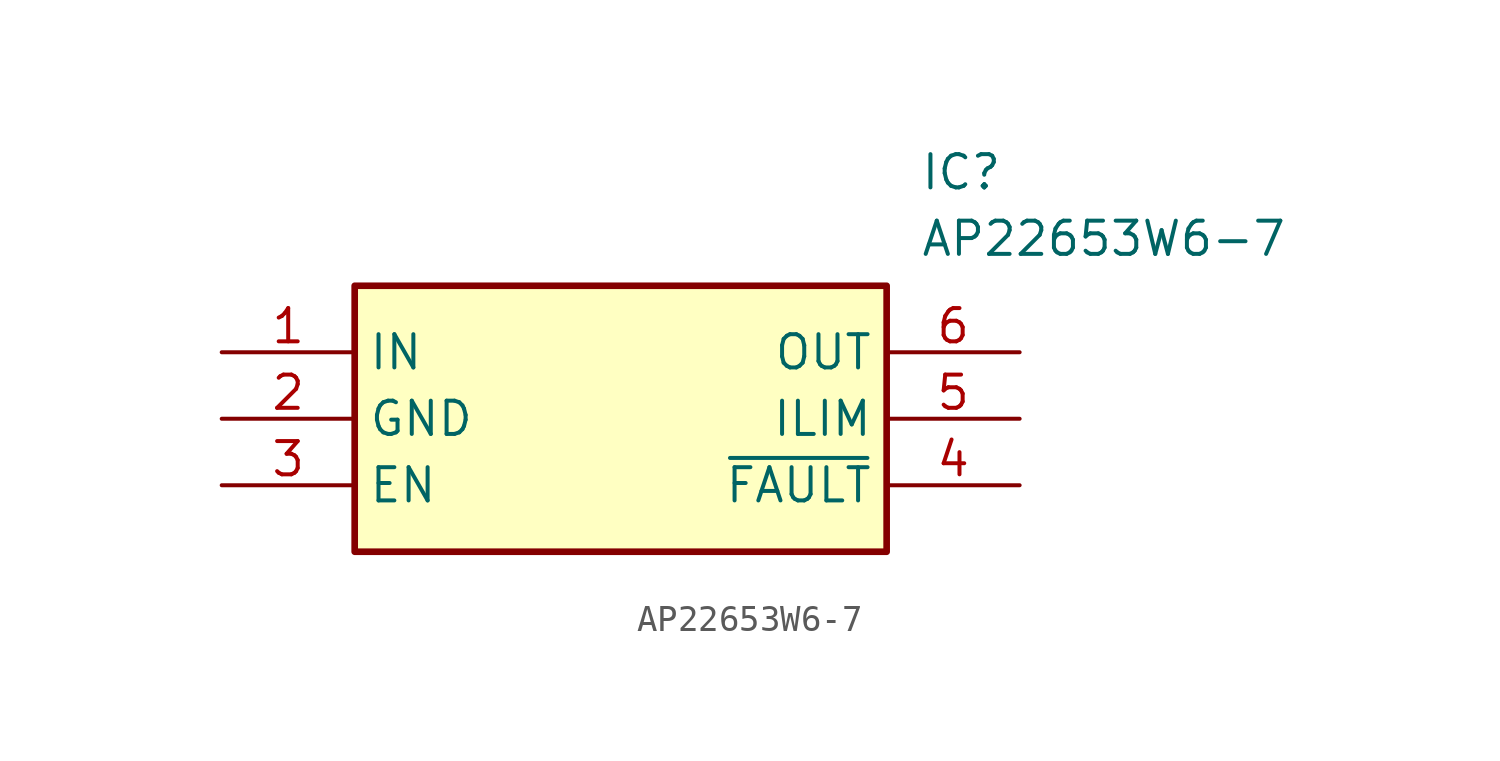
<source format=kicad_sym>
(kicad_symbol_lib
  (version 20211014)
  (generator SamacSys_ECAD_Model)
  (symbol "AP22653W6-7"
    (property "Reference" "IC"
      (at 26.67 7.62 0)
      (effects (font (size 1.27 1.27)) (justify left top)))
    (property "Value" "AP22653W6-7"
      (at 26.67 5.08 0)
      (effects (font (size 1.27 1.27)) (justify left top)))
    (rectangle
      (start 5.08 2.54)
      (end 25.4 -7.62)
      (stroke (width 0.254) (type default))
      (fill (type background)))
    (pin passive line
      (at 0 0 0)
      (length 5.08)
      (name "IN" (effects (font (size 1.27 1.27))))
      (number "1" (effects (font (size 1.27 1.27)))))
    (pin passive line
      (at 0 -2.54 0)
      (length 5.08)
      (name "GND" (effects (font (size 1.27 1.27))))
      (number "2" (effects (font (size 1.27 1.27)))))
    (pin passive line
      (at 0 -5.08 0)
      (length 5.08)
      (name "EN" (effects (font (size 1.27 1.27))))
      (number "3" (effects (font (size 1.27 1.27)))))
    (pin passive line
      (at 30.48 0 180)
      (length 5.08)
      (name "OUT" (effects (font (size 1.27 1.27))))
      (number "6" (effects (font (size 1.27 1.27)))))
    (pin passive line
      (at 30.48 -2.54 180)
      (length 5.08)
      (name "ILIM" (effects (font (size 1.27 1.27))))
      (number "5" (effects (font (size 1.27 1.27)))))
    (pin passive line
      (at 30.48 -5.08 180)
      (length 5.08)
      (name "~{FAULT}" (effects (font (size 1.27 1.27))))
      (number "4" (effects (font (size 1.27 1.27)))))))
</source>
